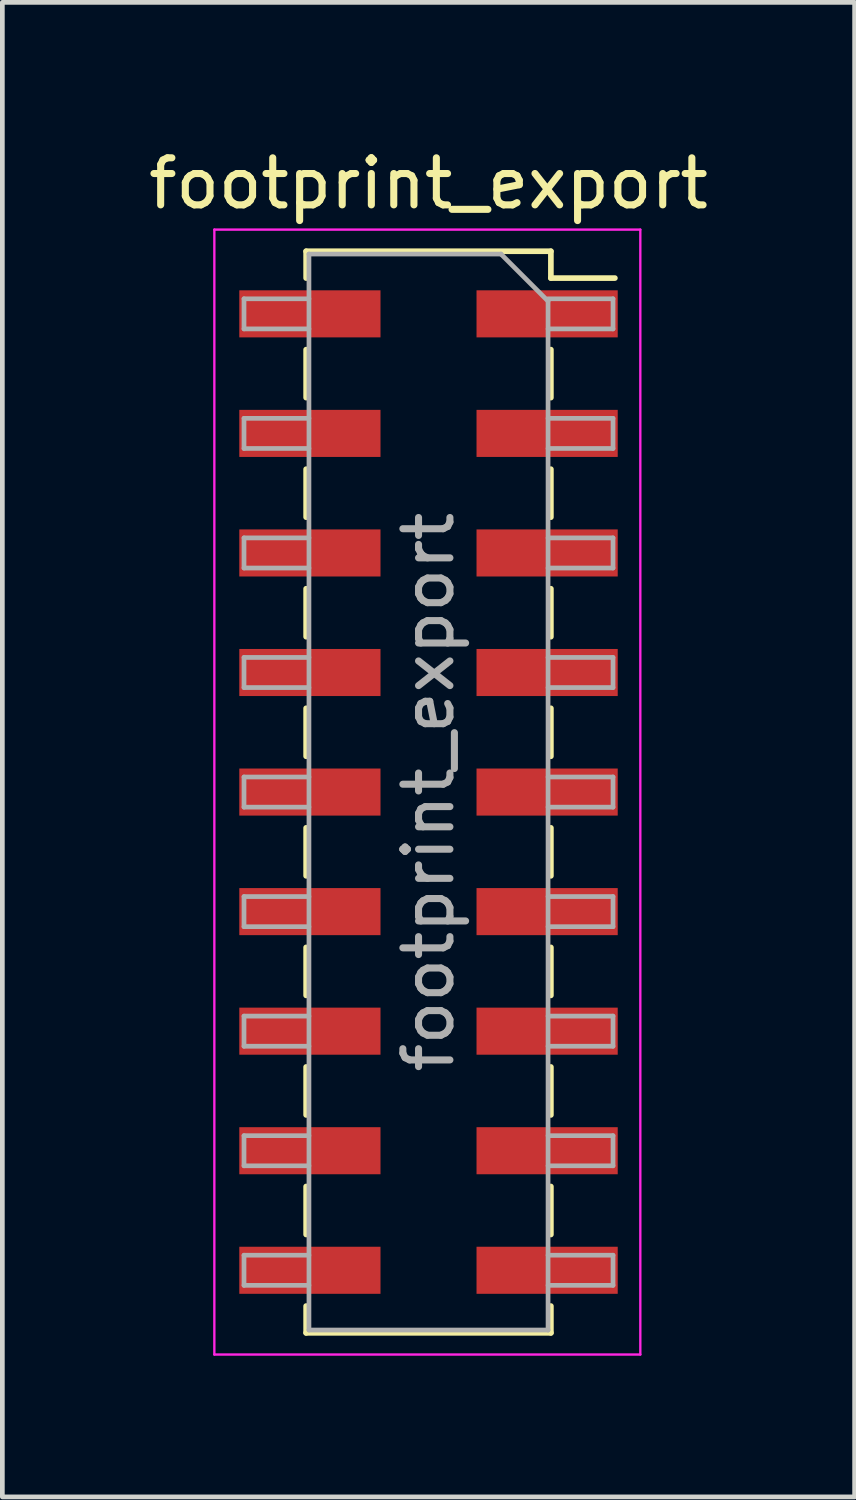
<source format=kicad_pcb>
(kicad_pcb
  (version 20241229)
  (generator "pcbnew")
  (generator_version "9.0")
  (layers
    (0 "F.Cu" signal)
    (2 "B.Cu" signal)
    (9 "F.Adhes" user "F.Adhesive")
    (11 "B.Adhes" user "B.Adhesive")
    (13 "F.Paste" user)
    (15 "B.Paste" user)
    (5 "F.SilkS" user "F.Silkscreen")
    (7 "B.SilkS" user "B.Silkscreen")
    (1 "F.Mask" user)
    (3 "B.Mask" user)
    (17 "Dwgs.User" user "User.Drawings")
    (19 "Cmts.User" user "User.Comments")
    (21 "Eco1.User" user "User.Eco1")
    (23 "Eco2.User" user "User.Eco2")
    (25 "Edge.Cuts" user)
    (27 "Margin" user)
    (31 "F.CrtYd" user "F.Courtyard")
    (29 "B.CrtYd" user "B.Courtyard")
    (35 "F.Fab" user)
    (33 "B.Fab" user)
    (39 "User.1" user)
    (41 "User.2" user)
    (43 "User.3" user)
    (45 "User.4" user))
  (footprint "footprint_export"
    (layer "F.Cu")
    (at 6.054 13.778)
    (property "Reference" "footprint_export" (at 0 -12.93 0) (layer "F.SilkS") (effects (font (size 1 1) (thickness 0.15))))
    (attr smd)
    (fp_line (start -2.6 -11.49) (end -2.6 -10.92) (stroke (width 0.12) (type solid)) (layer "F.SilkS"))
    (fp_line (start -2.6 -11.49) (end 2.6 -11.49) (stroke (width 0.12) (type solid)) (layer "F.SilkS"))
    (fp_line (start -2.6 -9.4) (end -2.6 -8.38) (stroke (width 0.12) (type solid)) (layer "F.SilkS"))
    (fp_line (start -2.6 -6.86) (end -2.6 -5.84) (stroke (width 0.12) (type solid)) (layer "F.SilkS"))
    (fp_line (start -2.6 -4.32) (end -2.6 -3.3) (stroke (width 0.12) (type solid)) (layer "F.SilkS"))
    (fp_line (start -2.6 -1.78) (end -2.6 -0.76) (stroke (width 0.12) (type solid)) (layer "F.SilkS"))
    (fp_line (start -2.6 0.76) (end -2.6 1.78) (stroke (width 0.12) (type solid)) (layer "F.SilkS"))
    (fp_line (start -2.6 3.3) (end -2.6 4.32) (stroke (width 0.12) (type solid)) (layer "F.SilkS"))
    (fp_line (start -2.6 5.84) (end -2.6 6.86) (stroke (width 0.12) (type solid)) (layer "F.SilkS"))
    (fp_line (start -2.6 8.38) (end -2.6 9.4) (stroke (width 0.12) (type solid)) (layer "F.SilkS"))
    (fp_line (start -2.6 10.92) (end -2.6 11.49) (stroke (width 0.12) (type solid)) (layer "F.SilkS"))
    (fp_line (start -2.6 11.49) (end 2.6 11.49) (stroke (width 0.12) (type solid)) (layer "F.SilkS"))
    (fp_line (start 2.6 -11.49) (end 2.6 -10.92) (stroke (width 0.12) (type solid)) (layer "F.SilkS"))
    (fp_line (start 2.6 -10.92) (end 3.96 -10.92) (stroke (width 0.12) (type solid)) (layer "F.SilkS"))
    (fp_line (start 2.6 -9.4) (end 2.6 -8.38) (stroke (width 0.12) (type solid)) (layer "F.SilkS"))
    (fp_line (start 2.6 -6.86) (end 2.6 -5.84) (stroke (width 0.12) (type solid)) (layer "F.SilkS"))
    (fp_line (start 2.6 -4.32) (end 2.6 -3.3) (stroke (width 0.12) (type solid)) (layer "F.SilkS"))
    (fp_line (start 2.6 -1.78) (end 2.6 -0.76) (stroke (width 0.12) (type solid)) (layer "F.SilkS"))
    (fp_line (start 2.6 0.76) (end 2.6 1.78) (stroke (width 0.12) (type solid)) (layer "F.SilkS"))
    (fp_line (start 2.6 3.3) (end 2.6 4.32) (stroke (width 0.12) (type solid)) (layer "F.SilkS"))
    (fp_line (start 2.6 5.84) (end 2.6 6.86) (stroke (width 0.12) (type solid)) (layer "F.SilkS"))
    (fp_line (start 2.6 8.38) (end 2.6 9.4) (stroke (width 0.12) (type solid)) (layer "F.SilkS"))
    (fp_line (start 2.6 10.92) (end 2.6 11.49) (stroke (width 0.12) (type solid)) (layer "F.SilkS"))
    (fp_line (start -4.55 -11.95) (end 4.5 -11.95) (stroke (width 0.05) (type solid)) (layer "F.CrtYd"))
    (fp_line (start -4.55 11.95) (end -4.55 -11.95) (stroke (width 0.05) (type solid)) (layer "F.CrtYd"))
    (fp_line (start 4.5 -11.95) (end 4.5 11.95) (stroke (width 0.05) (type solid)) (layer "F.CrtYd"))
    (fp_line (start 4.5 11.95) (end -4.55 11.95) (stroke (width 0.05) (type solid)) (layer "F.CrtYd"))
    (fp_line (start -3.92 -10.48) (end -2.54 -10.48) (stroke (width 0.1) (type solid)) (layer "F.Fab"))
    (fp_line (start -3.92 -9.84) (end -3.92 -10.48) (stroke (width 0.1) (type solid)) (layer "F.Fab"))
    (fp_line (start -3.92 -7.94) (end -2.54 -7.94) (stroke (width 0.1) (type solid)) (layer "F.Fab"))
    (fp_line (start -3.92 -7.3) (end -3.92 -7.94) (stroke (width 0.1) (type solid)) (layer "F.Fab"))
    (fp_line (start -3.92 -5.4) (end -2.54 -5.4) (stroke (width 0.1) (type solid)) (layer "F.Fab"))
    (fp_line (start -3.92 -4.76) (end -3.92 -5.4) (stroke (width 0.1) (type solid)) (layer "F.Fab"))
    (fp_line (start -3.92 -2.86) (end -2.54 -2.86) (stroke (width 0.1) (type solid)) (layer "F.Fab"))
    (fp_line (start -3.92 -2.22) (end -3.92 -2.86) (stroke (width 0.1) (type solid)) (layer "F.Fab"))
    (fp_line (start -3.92 -0.32) (end -2.54 -0.32) (stroke (width 0.1) (type solid)) (layer "F.Fab"))
    (fp_line (start -3.92 0.32) (end -3.92 -0.32) (stroke (width 0.1) (type solid)) (layer "F.Fab"))
    (fp_line (start -3.92 2.22) (end -2.54 2.22) (stroke (width 0.1) (type solid)) (layer "F.Fab"))
    (fp_line (start -3.92 2.86) (end -3.92 2.22) (stroke (width 0.1) (type solid)) (layer "F.Fab"))
    (fp_line (start -3.92 4.76) (end -2.54 4.76) (stroke (width 0.1) (type solid)) (layer "F.Fab"))
    (fp_line (start -3.92 5.4) (end -3.92 4.76) (stroke (width 0.1) (type solid)) (layer "F.Fab"))
    (fp_line (start -3.92 7.3) (end -2.54 7.3) (stroke (width 0.1) (type solid)) (layer "F.Fab"))
    (fp_line (start -3.92 7.94) (end -3.92 7.3) (stroke (width 0.1) (type solid)) (layer "F.Fab"))
    (fp_line (start -3.92 9.84) (end -2.54 9.84) (stroke (width 0.1) (type solid)) (layer "F.Fab"))
    (fp_line (start -3.92 10.48) (end -3.92 9.84) (stroke (width 0.1) (type solid)) (layer "F.Fab"))
    (fp_line (start -2.54 -11.43) (end 1.54 -11.43) (stroke (width 0.1) (type solid)) (layer "F.Fab"))
    (fp_line (start -2.54 -9.84) (end -3.92 -9.84) (stroke (width 0.1) (type solid)) (layer "F.Fab"))
    (fp_line (start -2.54 -7.3) (end -3.92 -7.3) (stroke (width 0.1) (type solid)) (layer "F.Fab"))
    (fp_line (start -2.54 -4.76) (end -3.92 -4.76) (stroke (width 0.1) (type solid)) (layer "F.Fab"))
    (fp_line (start -2.54 -2.22) (end -3.92 -2.22) (stroke (width 0.1) (type solid)) (layer "F.Fab"))
    (fp_line (start -2.54 0.32) (end -3.92 0.32) (stroke (width 0.1) (type solid)) (layer "F.Fab"))
    (fp_line (start -2.54 2.86) (end -3.92 2.86) (stroke (width 0.1) (type solid)) (layer "F.Fab"))
    (fp_line (start -2.54 5.4) (end -3.92 5.4) (stroke (width 0.1) (type solid)) (layer "F.Fab"))
    (fp_line (start -2.54 7.94) (end -3.92 7.94) (stroke (width 0.1) (type solid)) (layer "F.Fab"))
    (fp_line (start -2.54 10.48) (end -3.92 10.48) (stroke (width 0.1) (type solid)) (layer "F.Fab"))
    (fp_line (start -2.54 11.43) (end -2.54 -11.43) (stroke (width 0.1) (type solid)) (layer "F.Fab"))
    (fp_line (start 1.54 -11.43) (end 2.54 -10.43) (stroke (width 0.1) (type solid)) (layer "F.Fab"))
    (fp_line (start 2.54 -10.48) (end 3.92 -10.48) (stroke (width 0.1) (type solid)) (layer "F.Fab"))
    (fp_line (start 2.54 -10.43) (end 2.54 11.43) (stroke (width 0.1) (type solid)) (layer "F.Fab"))
    (fp_line (start 2.54 -7.94) (end 3.92 -7.94) (stroke (width 0.1) (type solid)) (layer "F.Fab"))
    (fp_line (start 2.54 -5.4) (end 3.92 -5.4) (stroke (width 0.1) (type solid)) (layer "F.Fab"))
    (fp_line (start 2.54 -2.86) (end 3.92 -2.86) (stroke (width 0.1) (type solid)) (layer "F.Fab"))
    (fp_line (start 2.54 -0.32) (end 3.92 -0.32) (stroke (width 0.1) (type solid)) (layer "F.Fab"))
    (fp_line (start 2.54 2.22) (end 3.92 2.22) (stroke (width 0.1) (type solid)) (layer "F.Fab"))
    (fp_line (start 2.54 4.76) (end 3.92 4.76) (stroke (width 0.1) (type solid)) (layer "F.Fab"))
    (fp_line (start 2.54 7.3) (end 3.92 7.3) (stroke (width 0.1) (type solid)) (layer "F.Fab"))
    (fp_line (start 2.54 9.84) (end 3.92 9.84) (stroke (width 0.1) (type solid)) (layer "F.Fab"))
    (fp_line (start 2.54 11.43) (end -2.54 11.43) (stroke (width 0.1) (type solid)) (layer "F.Fab"))
    (fp_line (start 3.92 -10.48) (end 3.92 -9.84) (stroke (width 0.1) (type solid)) (layer "F.Fab"))
    (fp_line (start 3.92 -9.84) (end 2.54 -9.84) (stroke (width 0.1) (type solid)) (layer "F.Fab"))
    (fp_line (start 3.92 -7.94) (end 3.92 -7.3) (stroke (width 0.1) (type solid)) (layer "F.Fab"))
    (fp_line (start 3.92 -7.3) (end 2.54 -7.3) (stroke (width 0.1) (type solid)) (layer "F.Fab"))
    (fp_line (start 3.92 -5.4) (end 3.92 -4.76) (stroke (width 0.1) (type solid)) (layer "F.Fab"))
    (fp_line (start 3.92 -4.76) (end 2.54 -4.76) (stroke (width 0.1) (type solid)) (layer "F.Fab"))
    (fp_line (start 3.92 -2.86) (end 3.92 -2.22) (stroke (width 0.1) (type solid)) (layer "F.Fab"))
    (fp_line (start 3.92 -2.22) (end 2.54 -2.22) (stroke (width 0.1) (type solid)) (layer "F.Fab"))
    (fp_line (start 3.92 -0.32) (end 3.92 0.32) (stroke (width 0.1) (type solid)) (layer "F.Fab"))
    (fp_line (start 3.92 0.32) (end 2.54 0.32) (stroke (width 0.1) (type solid)) (layer "F.Fab"))
    (fp_line (start 3.92 2.22) (end 3.92 2.86) (stroke (width 0.1) (type solid)) (layer "F.Fab"))
    (fp_line (start 3.92 2.86) (end 2.54 2.86) (stroke (width 0.1) (type solid)) (layer "F.Fab"))
    (fp_line (start 3.92 4.76) (end 3.92 5.4) (stroke (width 0.1) (type solid)) (layer "F.Fab"))
    (fp_line (start 3.92 5.4) (end 2.54 5.4) (stroke (width 0.1) (type solid)) (layer "F.Fab"))
    (fp_line (start 3.92 7.3) (end 3.92 7.94) (stroke (width 0.1) (type solid)) (layer "F.Fab"))
    (fp_line (start 3.92 7.94) (end 2.54 7.94) (stroke (width 0.1) (type solid)) (layer "F.Fab"))
    (fp_line (start 3.92 9.84) (end 3.92 10.48) (stroke (width 0.1) (type solid)) (layer "F.Fab"))
    (fp_line (start 3.92 10.48) (end 2.54 10.48) (stroke (width 0.1) (type solid)) (layer "F.Fab"))
    (fp_text user "${REFERENCE}" (at 0 0 90) (layer "F.Fab") (effects (font (size 1 1) (thickness 0.15))))
    (pad "1" smd rect (at 2.52 -10.16) (size 3 1) (layers "F.Cu" "F.Mask" "F.Paste"))
    (pad "2" smd rect (at -2.52 -10.16) (size 3 1) (layers "F.Cu" "F.Mask" "F.Paste"))
    (pad "3" smd rect (at 2.52 -7.62) (size 3 1) (layers "F.Cu" "F.Mask" "F.Paste"))
    (pad "4" smd rect (at -2.52 -7.62) (size 3 1) (layers "F.Cu" "F.Mask" "F.Paste"))
    (pad "5" smd rect (at 2.52 -5.08) (size 3 1) (layers "F.Cu" "F.Mask" "F.Paste"))
    (pad "6" smd rect (at -2.52 -5.08) (size 3 1) (layers "F.Cu" "F.Mask" "F.Paste"))
    (pad "7" smd rect (at 2.52 -2.54) (size 3 1) (layers "F.Cu" "F.Mask" "F.Paste"))
    (pad "8" smd rect (at -2.52 -2.54) (size 3 1) (layers "F.Cu" "F.Mask" "F.Paste"))
    (pad "9" smd rect (at 2.52 0) (size 3 1) (layers "F.Cu" "F.Mask" "F.Paste"))
    (pad "10" smd rect (at -2.52 0) (size 3 1) (layers "F.Cu" "F.Mask" "F.Paste"))
    (pad "11" smd rect (at 2.52 2.54) (size 3 1) (layers "F.Cu" "F.Mask" "F.Paste"))
    (pad "12" smd rect (at -2.52 2.54) (size 3 1) (layers "F.Cu" "F.Mask" "F.Paste"))
    (pad "13" smd rect (at 2.52 5.08) (size 3 1) (layers "F.Cu" "F.Mask" "F.Paste"))
    (pad "14" smd rect (at -2.52 5.08) (size 3 1) (layers "F.Cu" "F.Mask" "F.Paste"))
    (pad "15" smd rect (at 2.52 7.62) (size 3 1) (layers "F.Cu" "F.Mask" "F.Paste"))
    (pad "16" smd rect (at -2.52 7.62) (size 3 1) (layers "F.Cu" "F.Mask" "F.Paste"))
    (pad "17" smd rect (at 2.52 10.16) (size 3 1) (layers "F.Cu" "F.Mask" "F.Paste"))
    (pad "18" smd rect (at -2.52 10.16) (size 3 1) (layers "F.Cu" "F.Mask" "F.Paste")))
  (gr_rect
    (start -3 -3)
    (end 15.107 28.753)
    (stroke (width 0.1) (type default))
    (fill no)
    (layer "Edge.Cuts")))
</source>
